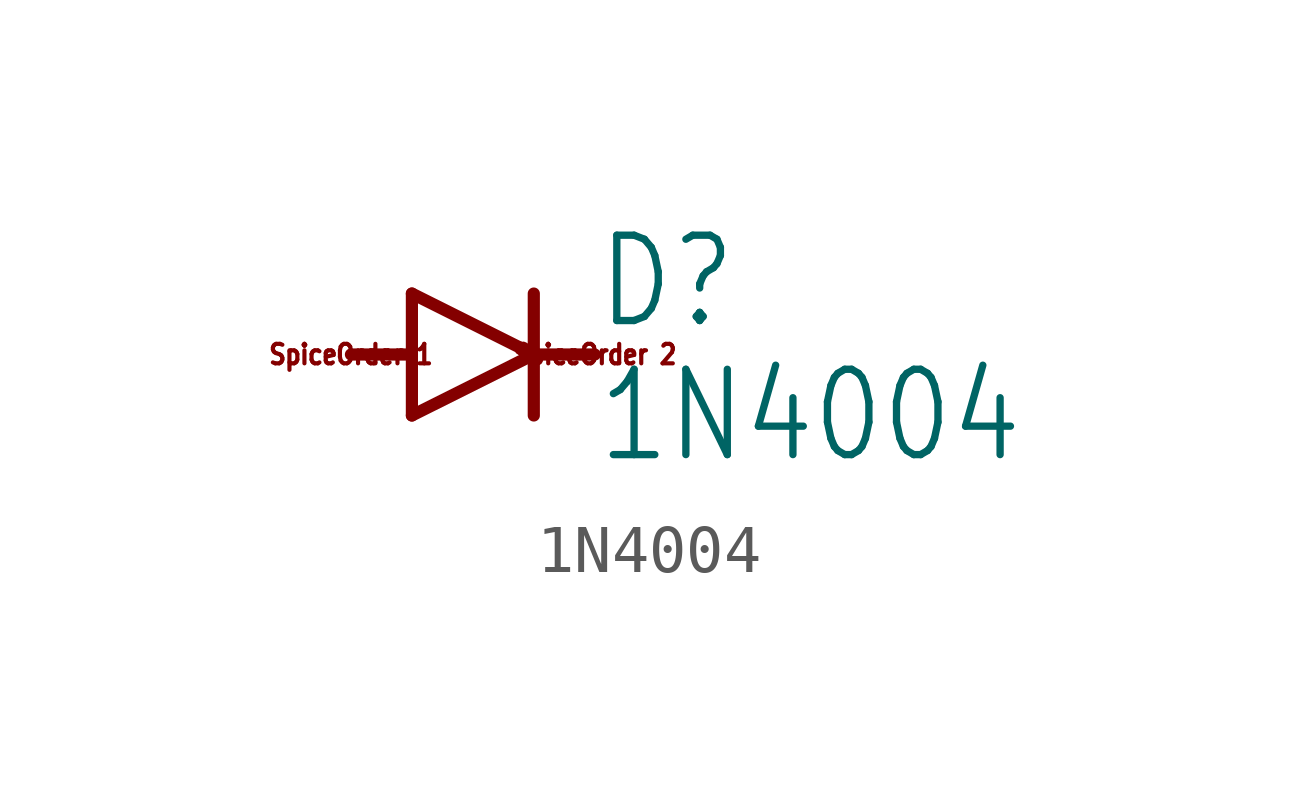
<source format=kicad_sym>
(kicad_symbol_lib
  (version 20211014)
  (generator kicad_symbol_editor)
  (symbol "1N4004"
    (property "Reference" "D"
      (at 2.54 0.483 0)
      (effects (font (size 1.778 1.511)) (justify left bottom)))
    (property "Value" "1N4004"
      (at 2.54 -2.311 0)
      (effects (font (size 1.778 1.511)) (justify left bottom)))
    (property "ki_locked" ""
      (at 0 0 0)
      (effects (font (size 1.27 1.27))))
    (symbol "1N4004_1_0"
      (polyline (pts (xy -1.27 -1.27) (xy 1.27 0)) (stroke (width 0.254) (type default) (color 0 0 0 0)) (fill (type none)))
      (polyline (pts (xy -1.27 0) (xy -2.54 0)) (stroke (width 0.254) (type default) (color 0 0 0 0)) (fill (type none)))
      (polyline (pts (xy -1.27 0) (xy -1.27 -1.27)) (stroke (width 0.254) (type default) (color 0 0 0 0)) (fill (type none)))
      (polyline (pts (xy -1.27 1.27) (xy -1.27 0)) (stroke (width 0.254) (type default) (color 0 0 0 0)) (fill (type none)))
      (polyline (pts (xy 1.27 0) (xy -1.27 1.27)) (stroke (width 0.254) (type default) (color 0 0 0 0)) (fill (type none)))
      (polyline (pts (xy 1.27 0) (xy 1.27 -1.27)) (stroke (width 0.254) (type default) (color 0 0 0 0)) (fill (type none)))
      (polyline (pts (xy 1.27 1.27) (xy 1.27 0)) (stroke (width 0.254) (type default) (color 0 0 0 0)) (fill (type none)))
      (polyline (pts (xy 2.54 0) (xy 1.27 0)) (stroke (width 0.254) (type default) (color 0 0 0 0)) (fill (type none)))
      (text "SpiceOrder 1" (at -2.54 0 0) (effects (font (size 0.406 0.345))))
      (text "SpiceOrder 2" (at 2.54 0 0) (effects (font (size 0.406 0.345))))
      (pin passive line (at -2.54 0 0) (length 0) (name "A" (effects (font (size 0 0)))) (number "A" (effects (font (size 0 0)))))
      (pin passive line (at 2.54 0 180) (length 0) (name "C" (effects (font (size 0 0)))) (number "C" (effects (font (size 0 0))))))))
</source>
